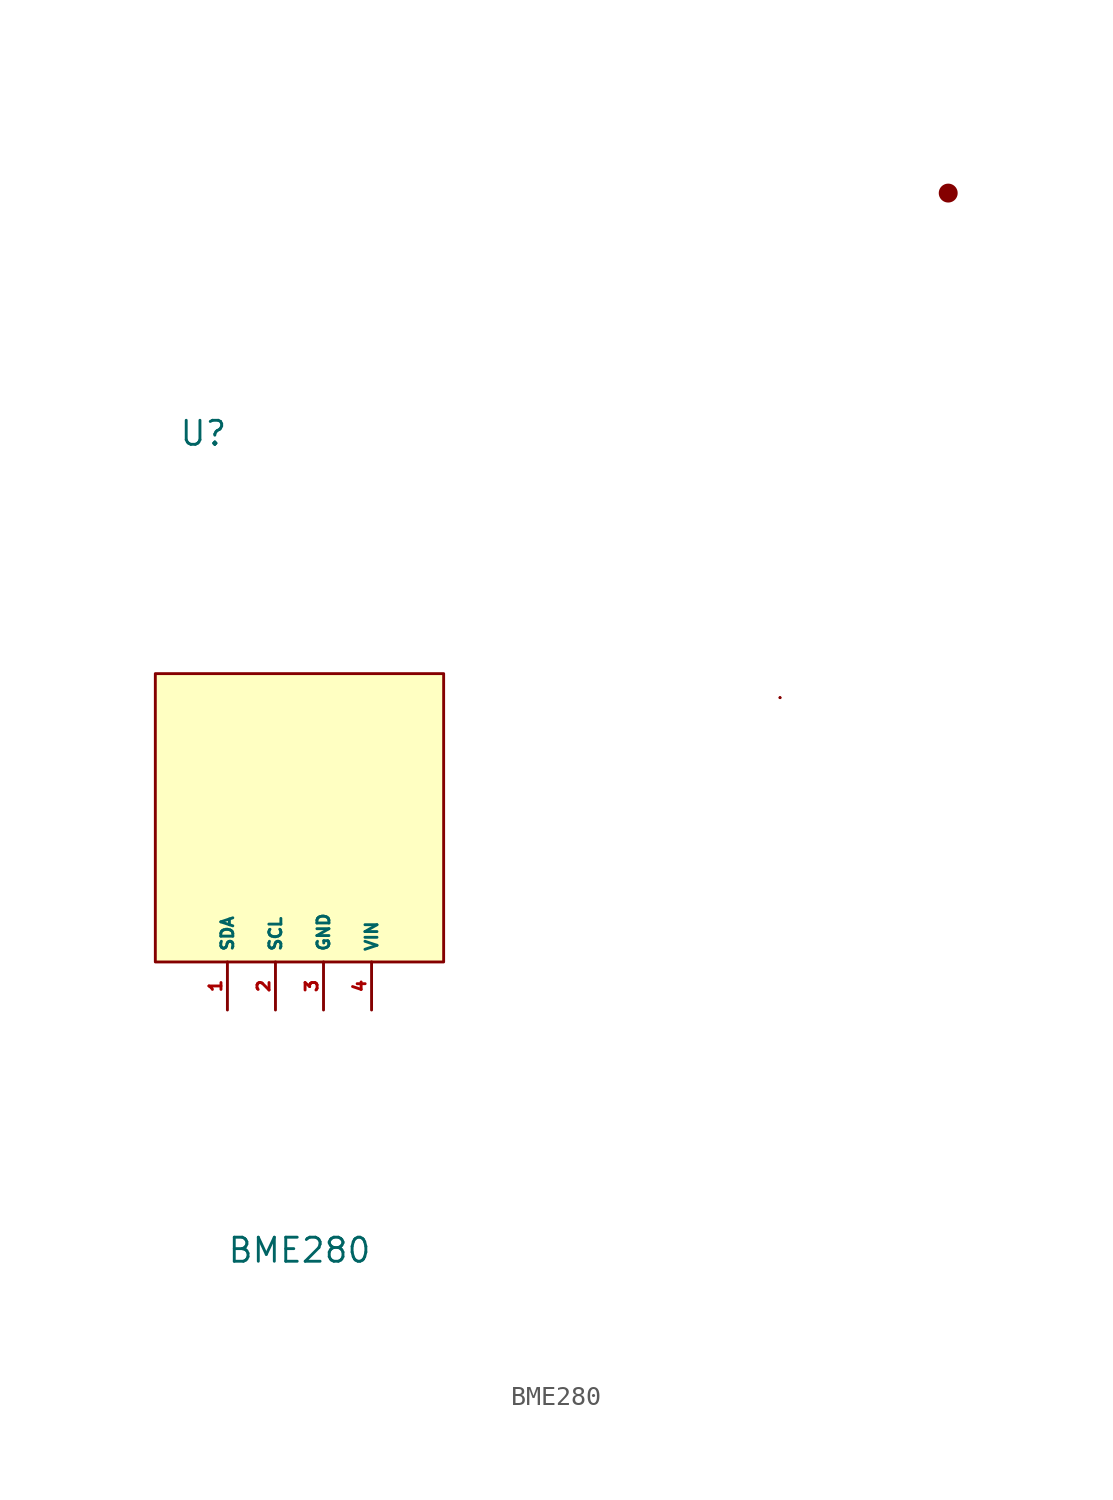
<source format=kicad_sym>
(kicad_symbol_lib
  (version 20211014)
  (generator kicad_symbol_editor)
  (symbol "BME280"
    (property "Reference" "U"
      (at -5.08 20.32 0)
      (effects (font (size 1.27 1.27))))
    (property "Value" "BME280"
      (at 0 -22.86 0)
      (effects (font (size 1.27 1.27))))
    (symbol "BME280_0_1"
      (rectangle (start -7.62 7.62) (end 7.62 -7.62) (stroke (width 0) (type default) (color 0 0 0 0)) (fill (type background)))
      (rectangle (start 25.4 6.35) (end 25.4 6.35) (stroke (width 0) (type default) (color 0 0 0 0)) (fill (type none)))
      (rectangle (start 25.4 6.35) (end 25.4 6.35) (stroke (width 0) (type default) (color 0 0 0 0)) (fill (type none)))
      (rectangle (start 34.29 33.02) (end 34.29 33.02) (stroke (width 0) (type default) (color 0 0 0 0)) (fill (type none)))
      (rectangle (start 34.29 33.02) (end 34.29 33.02) (stroke (width 0) (type default) (color 0 0 0 0)) (fill (type none)))
      (rectangle (start 34.29 33.02) (end 34.29 33.02) (stroke (width 0) (type default) (color 0 0 0 0)) (fill (type none)))
      (rectangle (start 34.29 33.02) (end 34.29 33.02) (stroke (width 0) (type default) (color 0 0 0 0)) (fill (type none)))
      (rectangle (start 34.29 33.02) (end 34.29 33.02) (stroke (width 0) (type default) (color 0 0 0 0)) (fill (type none)))
      (rectangle (start 34.29 33.02) (end 34.29 33.02) (stroke (width 0) (type default) (color 0 0 0 0)) (fill (type none)))
      (rectangle (start 34.29 33.02) (end 34.29 33.02) (stroke (width 0) (type default) (color 0 0 0 0)) (fill (type none)))
      (rectangle (start 34.29 33.02) (end 34.29 33.02) (stroke (width 0) (type default) (color 0 0 0 0)) (fill (type none)))
      (rectangle (start 34.29 33.02) (end 34.29 33.02) (stroke (width 0) (type default) (color 0 0 0 0)) (fill (type none)))
      (rectangle (start 34.29 33.02) (end 34.29 33.02) (stroke (width 0) (type default) (color 0 0 0 0)) (fill (type none)))
      (rectangle (start 34.29 33.02) (end 34.29 33.02) (stroke (width 0) (type default) (color 0 0 0 0)) (fill (type none)))
      (rectangle (start 34.29 33.02) (end 34.29 33.02) (stroke (width 0) (type default) (color 0 0 0 0)) (fill (type none)))
      (rectangle (start 34.29 33.02) (end 34.29 33.02) (stroke (width 0) (type default) (color 0 0 0 0)) (fill (type none)))
      (rectangle (start 34.29 33.02) (end 34.29 33.02) (stroke (width 0) (type default) (color 0 0 0 0)) (fill (type none)))
      (rectangle (start 34.29 33.02) (end 34.29 33.02) (stroke (width 0) (type default) (color 0 0 0 0)) (fill (type none)))
      (rectangle (start 34.29 33.02) (end 34.29 33.02) (stroke (width 0) (type default) (color 0 0 0 0)) (fill (type none)))
      (rectangle (start 34.29 33.02) (end 34.29 33.02) (stroke (width 0) (type default) (color 0 0 0 0)) (fill (type none)))
      (rectangle (start 34.29 33.02) (end 34.29 33.02) (stroke (width 0) (type default) (color 0 0 0 0)) (fill (type none)))
      (rectangle (start 34.29 33.02) (end 34.29 33.02) (stroke (width 0) (type default) (color 0 0 0 0)) (fill (type none)))
      (rectangle (start 34.29 33.02) (end 34.29 33.02) (stroke (width 0) (type default) (color 0 0 0 0)) (fill (type none)))
      (rectangle (start 34.29 33.02) (end 34.29 33.02) (stroke (width 0) (type default) (color 0 0 0 0)) (fill (type none)))
      (rectangle (start 34.29 33.02) (end 34.29 33.02) (stroke (width 0) (type default) (color 0 0 0 0)) (fill (type none)))
      (rectangle (start 34.29 33.02) (end 34.29 33.02) (stroke (width 0) (type default) (color 0 0 0 0)) (fill (type none)))
      (rectangle (start 34.29 33.02) (end 34.29 33.02) (stroke (width 0) (type default) (color 0 0 0 0)) (fill (type none)))
      (rectangle (start 34.29 33.02) (end 34.29 33.02) (stroke (width 0) (type default) (color 0 0 0 0)) (fill (type none)))
      (rectangle (start 34.29 33.02) (end 34.29 33.02) (stroke (width 0) (type default) (color 0 0 0 0)) (fill (type none)))
      (rectangle (start 34.29 33.02) (end 34.29 33.02) (stroke (width 0) (type default) (color 0 0 0 0)) (fill (type none)))
      (rectangle (start 34.29 33.02) (end 34.29 33.02) (stroke (width 0) (type default) (color 0 0 0 0)) (fill (type none)))
      (rectangle (start 34.29 33.02) (end 34.29 33.02) (stroke (width 0) (type default) (color 0 0 0 0)) (fill (type none)))
      (rectangle (start 34.29 33.02) (end 34.29 33.02) (stroke (width 0) (type default) (color 0 0 0 0)) (fill (type none)))
      (rectangle (start 34.29 33.02) (end 34.29 33.02) (stroke (width 0) (type default) (color 0 0 0 0)) (fill (type none)))
      (rectangle (start 34.29 33.02) (end 34.29 33.02) (stroke (width 0) (type default) (color 0 0 0 0)) (fill (type none)))
      (rectangle (start 34.29 33.02) (end 34.29 33.02) (stroke (width 0) (type default) (color 0 0 0 0)) (fill (type none)))
      (rectangle (start 34.29 33.02) (end 34.29 33.02) (stroke (width 0) (type default) (color 0 0 0 0)) (fill (type none)))
      (rectangle (start 34.29 33.02) (end 34.29 33.02) (stroke (width 0) (type default) (color 0 0 0 0)) (fill (type none)))
      (rectangle (start 34.29 33.02) (end 34.29 33.02) (stroke (width 0) (type default) (color 0 0 0 0)) (fill (type none)))
      (rectangle (start 34.29 33.02) (end 34.29 33.02) (stroke (width 0) (type default) (color 0 0 0 0)) (fill (type none)))
      (rectangle (start 34.29 33.02) (end 34.29 33.02) (stroke (width 0) (type default) (color 0 0 0 0)) (fill (type none)))
      (rectangle (start 34.29 33.02) (end 34.29 33.02) (stroke (width 0) (type default) (color 0 0 0 0)) (fill (type none)))
      (rectangle (start 34.29 33.02) (end 34.29 33.02) (stroke (width 0) (type default) (color 0 0 0 0)) (fill (type none)))
      (rectangle (start 34.29 33.02) (end 34.29 33.02) (stroke (width 0) (type default) (color 0 0 0 0)) (fill (type none)))
      (rectangle (start 34.29 33.02) (end 34.29 33.02) (stroke (width 0) (type default) (color 0 0 0 0)) (fill (type none)))
      (rectangle (start 34.29 33.02) (end 34.29 33.02) (stroke (width 0) (type default) (color 0 0 0 0)) (fill (type none)))
      (rectangle (start 34.29 33.02) (end 34.29 33.02) (stroke (width 0) (type default) (color 0 0 0 0)) (fill (type none)))
      (rectangle (start 34.29 33.02) (end 34.29 33.02) (stroke (width 0) (type default) (color 0 0 0 0)) (fill (type none)))
      (rectangle (start 34.29 33.02) (end 34.29 33.02) (stroke (width 0) (type default) (color 0 0 0 0)) (fill (type none)))
      (rectangle (start 34.29 33.02) (end 34.29 33.02) (stroke (width 0) (type default) (color 0 0 0 0)) (fill (type none)))
      (rectangle (start 34.29 33.02) (end 34.29 33.02) (stroke (width 0) (type default) (color 0 0 0 0)) (fill (type none)))
      (rectangle (start 34.29 33.02) (end 34.29 33.02) (stroke (width 0) (type default) (color 0 0 0 0)) (fill (type none)))
      (rectangle (start 34.29 33.02) (end 34.29 33.02) (stroke (width 0) (type default) (color 0 0 0 0)) (fill (type none)))
      (rectangle (start 34.29 33.02) (end 34.29 33.02) (stroke (width 0) (type default) (color 0 0 0 0)) (fill (type none)))
      (rectangle (start 34.29 33.02) (end 34.29 33.02) (stroke (width 0) (type default) (color 0 0 0 0)) (fill (type none)))
      (rectangle (start 34.29 33.02) (end 34.29 33.02) (stroke (width 0.127) (type default) (color 0 0 0 0)) (fill (type background)))
      (rectangle (start 34.29 33.02) (end 34.29 33.02) (stroke (width 1) (type default) (color 0 0 0 0)) (fill (type outline)))
      (arc (start 34.29 33.02) (mid 34.29 33.02) (end 34.29 33.02) (stroke (width 0) (type default) (color 0 0 0 0)) (fill (type none))))
    (symbol "BME280_1_1"
      (pin input line (at -3.81 -10.16 90) (length 2.54) (name "SDA" (effects (font (size 0.635 0.635)))) (number "1" (effects (font (size 0.635 0.635)))))
      (pin output line (at -1.27 -10.16 90) (length 2.54) (name "SCL" (effects (font (size 0.635 0.635)))) (number "2" (effects (font (size 0.635 0.635)))))
      (pin power_in line (at 1.27 -10.16 90) (length 2.54) (name "GND" (effects (font (size 0.635 0.635)))) (number "3" (effects (font (size 0.635 0.635)))))
      (pin power_in line (at 3.81 -10.16 90) (length 2.54) (name "VIN" (effects (font (size 0.635 0.635)))) (number "4" (effects (font (size 0.635 0.635))))))))
</source>
